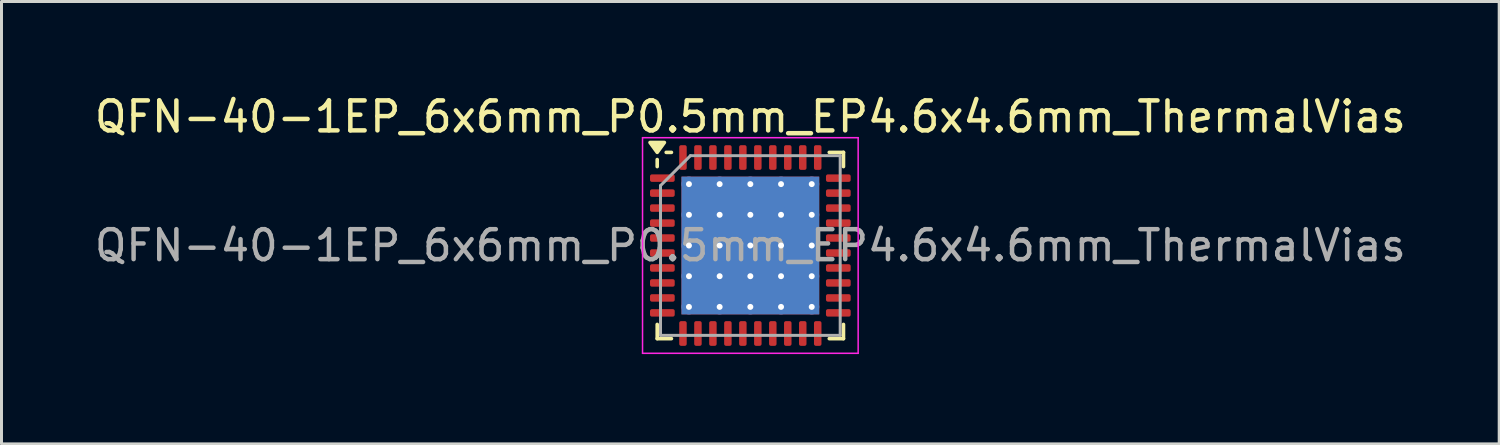
<source format=kicad_pcb>
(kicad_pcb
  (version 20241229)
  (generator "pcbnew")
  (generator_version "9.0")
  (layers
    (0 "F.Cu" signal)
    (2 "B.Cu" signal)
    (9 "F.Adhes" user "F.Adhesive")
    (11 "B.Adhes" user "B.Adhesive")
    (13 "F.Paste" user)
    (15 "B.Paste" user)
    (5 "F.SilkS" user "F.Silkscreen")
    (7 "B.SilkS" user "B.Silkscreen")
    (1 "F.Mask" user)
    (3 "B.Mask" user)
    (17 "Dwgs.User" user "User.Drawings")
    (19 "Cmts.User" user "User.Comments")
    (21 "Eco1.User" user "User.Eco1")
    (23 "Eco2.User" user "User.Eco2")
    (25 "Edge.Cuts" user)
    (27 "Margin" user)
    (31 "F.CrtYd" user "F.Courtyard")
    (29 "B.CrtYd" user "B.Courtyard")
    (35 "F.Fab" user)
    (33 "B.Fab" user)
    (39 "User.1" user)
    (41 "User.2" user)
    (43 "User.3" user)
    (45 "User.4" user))
  (footprint "QFN-40-1EP_6x6mm_P0.5mm_EP4.6x4.6mm_ThermalVias"
    (layer "F.Cu")
    (at 22.006 5.148)
    (property "Reference" "QFN-40-1EP_6x6mm_P0.5mm_EP4.6x4.6mm_ThermalVias" (at 0 -4.3 0) (layer "F.SilkS") (effects (font (size 1 1) (thickness 0.15))))
    (attr smd)
    (fp_line (start -3.11 -2.635) (end -3.11 -2.87) (stroke (width 0.12) (type solid)) (layer "F.SilkS"))
    (fp_line (start -3.11 3.11) (end -3.11 2.635) (stroke (width 0.12) (type solid)) (layer "F.SilkS"))
    (fp_line (start -2.635 -3.11) (end -2.81 -3.11) (stroke (width 0.12) (type solid)) (layer "F.SilkS"))
    (fp_line (start -2.635 3.11) (end -3.11 3.11) (stroke (width 0.12) (type solid)) (layer "F.SilkS"))
    (fp_line (start 2.635 -3.11) (end 3.11 -3.11) (stroke (width 0.12) (type solid)) (layer "F.SilkS"))
    (fp_line (start 2.635 3.11) (end 3.11 3.11) (stroke (width 0.12) (type solid)) (layer "F.SilkS"))
    (fp_line (start 3.11 -3.11) (end 3.11 -2.635) (stroke (width 0.12) (type solid)) (layer "F.SilkS"))
    (fp_line (start 3.11 3.11) (end 3.11 2.635) (stroke (width 0.12) (type solid)) (layer "F.SilkS"))
    (fp_poly (pts (xy -3.11 -3.11) (xy -3.35 -3.44) (xy -2.87 -3.44) (xy -3.11 -3.11)) (stroke (width 0.12) (type solid)) (fill yes) (layer "F.SilkS"))
    (fp_line (start -3.6 -3.6) (end -3.6 3.6) (stroke (width 0.05) (type solid)) (layer "F.CrtYd"))
    (fp_line (start -3.6 3.6) (end 3.6 3.6) (stroke (width 0.05) (type solid)) (layer "F.CrtYd"))
    (fp_line (start 3.6 -3.6) (end -3.6 -3.6) (stroke (width 0.05) (type solid)) (layer "F.CrtYd"))
    (fp_line (start 3.6 3.6) (end 3.6 -3.6) (stroke (width 0.05) (type solid)) (layer "F.CrtYd"))
    (fp_line (start -3 -2) (end -2 -3) (stroke (width 0.1) (type solid)) (layer "F.Fab"))
    (fp_line (start -3 3) (end -3 -2) (stroke (width 0.1) (type solid)) (layer "F.Fab"))
    (fp_line (start -2 -3) (end 3 -3) (stroke (width 0.1) (type solid)) (layer "F.Fab"))
    (fp_line (start 3 -3) (end 3 3) (stroke (width 0.1) (type solid)) (layer "F.Fab"))
    (fp_line (start 3 3) (end -3 3) (stroke (width 0.1) (type solid)) (layer "F.Fab"))
    (fp_text user "${REFERENCE}" (at 0 0 0) (layer "F.Fab") (effects (font (size 1 1) (thickness 0.15))))
    (pad "" smd custom (at -1.538 -1.538) (size 0.786 0.786) (layers "F.Paste") (options (anchor circle)) (primitives (gr_poly (pts (xy -0.34 -0.253) (xy -0.253 -0.34) (xy 0.253 -0.34) (xy 0.34 -0.253) (xy 0.34 0.253) (xy 0.253 0.34) (xy -0.253 0.34) (xy -0.34 0.253)) (width 0.21) (fill yes))))
    (pad "" smd custom (at -1.538 -0.512) (size 0.786 0.786) (layers "F.Paste") (options (anchor circle)) (primitives (gr_poly (pts (xy -0.34 -0.253) (xy -0.253 -0.34) (xy 0.253 -0.34) (xy 0.34 -0.253) (xy 0.34 0.253) (xy 0.253 0.34) (xy -0.253 0.34) (xy -0.34 0.253)) (width 0.21) (fill yes))))
    (pad "" smd custom (at -1.538 0.512) (size 0.786 0.786) (layers "F.Paste") (options (anchor circle)) (primitives (gr_poly (pts (xy -0.34 -0.253) (xy -0.253 -0.34) (xy 0.253 -0.34) (xy 0.34 -0.253) (xy 0.34 0.253) (xy 0.253 0.34) (xy -0.253 0.34) (xy -0.34 0.253)) (width 0.21) (fill yes))))
    (pad "" smd custom (at -1.538 1.538) (size 0.786 0.786) (layers "F.Paste") (options (anchor circle)) (primitives (gr_poly (pts (xy -0.34 -0.253) (xy -0.253 -0.34) (xy 0.253 -0.34) (xy 0.34 -0.253) (xy 0.34 0.253) (xy 0.253 0.34) (xy -0.253 0.34) (xy -0.34 0.253)) (width 0.21) (fill yes))))
    (pad "" smd custom (at -0.512 -1.538) (size 0.786 0.786) (layers "F.Paste") (options (anchor circle)) (primitives (gr_poly (pts (xy -0.34 -0.253) (xy -0.253 -0.34) (xy 0.253 -0.34) (xy 0.34 -0.253) (xy 0.34 0.253) (xy 0.253 0.34) (xy -0.253 0.34) (xy -0.34 0.253)) (width 0.21) (fill yes))))
    (pad "" smd custom (at -0.512 -0.512) (size 0.786 0.786) (layers "F.Paste") (options (anchor circle)) (primitives (gr_poly (pts (xy -0.34 -0.253) (xy -0.253 -0.34) (xy 0.253 -0.34) (xy 0.34 -0.253) (xy 0.34 0.253) (xy 0.253 0.34) (xy -0.253 0.34) (xy -0.34 0.253)) (width 0.21) (fill yes))))
    (pad "" smd custom (at -0.512 0.512) (size 0.786 0.786) (layers "F.Paste") (options (anchor circle)) (primitives (gr_poly (pts (xy -0.34 -0.253) (xy -0.253 -0.34) (xy 0.253 -0.34) (xy 0.34 -0.253) (xy 0.34 0.253) (xy 0.253 0.34) (xy -0.253 0.34) (xy -0.34 0.253)) (width 0.21) (fill yes))))
    (pad "" smd custom (at -0.512 1.538) (size 0.786 0.786) (layers "F.Paste") (options (anchor circle)) (primitives (gr_poly (pts (xy -0.34 -0.253) (xy -0.253 -0.34) (xy 0.253 -0.34) (xy 0.34 -0.253) (xy 0.34 0.253) (xy 0.253 0.34) (xy -0.253 0.34) (xy -0.34 0.253)) (width 0.21) (fill yes))))
    (pad "" smd custom (at 0.512 -1.538) (size 0.786 0.786) (layers "F.Paste") (options (anchor circle)) (primitives (gr_poly (pts (xy -0.34 -0.253) (xy -0.253 -0.34) (xy 0.253 -0.34) (xy 0.34 -0.253) (xy 0.34 0.253) (xy 0.253 0.34) (xy -0.253 0.34) (xy -0.34 0.253)) (width 0.21) (fill yes))))
    (pad "" smd custom (at 0.512 -0.512) (size 0.786 0.786) (layers "F.Paste") (options (anchor circle)) (primitives (gr_poly (pts (xy -0.34 -0.253) (xy -0.253 -0.34) (xy 0.253 -0.34) (xy 0.34 -0.253) (xy 0.34 0.253) (xy 0.253 0.34) (xy -0.253 0.34) (xy -0.34 0.253)) (width 0.21) (fill yes))))
    (pad "" smd custom (at 0.512 0.512) (size 0.786 0.786) (layers "F.Paste") (options (anchor circle)) (primitives (gr_poly (pts (xy -0.34 -0.253) (xy -0.253 -0.34) (xy 0.253 -0.34) (xy 0.34 -0.253) (xy 0.34 0.253) (xy 0.253 0.34) (xy -0.253 0.34) (xy -0.34 0.253)) (width 0.21) (fill yes))))
    (pad "" smd custom (at 0.512 1.538) (size 0.786 0.786) (layers "F.Paste") (options (anchor circle)) (primitives (gr_poly (pts (xy -0.34 -0.253) (xy -0.253 -0.34) (xy 0.253 -0.34) (xy 0.34 -0.253) (xy 0.34 0.253) (xy 0.253 0.34) (xy -0.253 0.34) (xy -0.34 0.253)) (width 0.21) (fill yes))))
    (pad "" smd custom (at 1.538 -1.538) (size 0.786 0.786) (layers "F.Paste") (options (anchor circle)) (primitives (gr_poly (pts (xy -0.34 -0.253) (xy -0.253 -0.34) (xy 0.253 -0.34) (xy 0.34 -0.253) (xy 0.34 0.253) (xy 0.253 0.34) (xy -0.253 0.34) (xy -0.34 0.253)) (width 0.21) (fill yes))))
    (pad "" smd custom (at 1.538 -0.512) (size 0.786 0.786) (layers "F.Paste") (options (anchor circle)) (primitives (gr_poly (pts (xy -0.34 -0.253) (xy -0.253 -0.34) (xy 0.253 -0.34) (xy 0.34 -0.253) (xy 0.34 0.253) (xy 0.253 0.34) (xy -0.253 0.34) (xy -0.34 0.253)) (width 0.21) (fill yes))))
    (pad "" smd custom (at 1.538 0.512) (size 0.786 0.786) (layers "F.Paste") (options (anchor circle)) (primitives (gr_poly (pts (xy -0.34 -0.253) (xy -0.253 -0.34) (xy 0.253 -0.34) (xy 0.34 -0.253) (xy 0.34 0.253) (xy 0.253 0.34) (xy -0.253 0.34) (xy -0.34 0.253)) (width 0.21) (fill yes))))
    (pad "" smd custom (at 1.538 1.538) (size 0.786 0.786) (layers "F.Paste") (options (anchor circle)) (primitives (gr_poly (pts (xy -0.34 -0.253) (xy -0.253 -0.34) (xy 0.253 -0.34) (xy 0.34 -0.253) (xy 0.34 0.253) (xy 0.253 0.34) (xy -0.253 0.34) (xy -0.34 0.253)) (width 0.21) (fill yes))))
    (pad "1" smd roundrect (at -2.938 -2.25) (size 0.825 0.25) (layers "F.Cu" "F.Mask" "F.Paste") (roundrect_rratio 0.25))
    (pad "2" smd roundrect (at -2.938 -1.75) (size 0.825 0.25) (layers "F.Cu" "F.Mask" "F.Paste") (roundrect_rratio 0.25))
    (pad "3" smd roundrect (at -2.938 -1.25) (size 0.825 0.25) (layers "F.Cu" "F.Mask" "F.Paste") (roundrect_rratio 0.25))
    (pad "4" smd roundrect (at -2.938 -0.75) (size 0.825 0.25) (layers "F.Cu" "F.Mask" "F.Paste") (roundrect_rratio 0.25))
    (pad "5" smd roundrect (at -2.938 -0.25) (size 0.825 0.25) (layers "F.Cu" "F.Mask" "F.Paste") (roundrect_rratio 0.25))
    (pad "6" smd roundrect (at -2.938 0.25) (size 0.825 0.25) (layers "F.Cu" "F.Mask" "F.Paste") (roundrect_rratio 0.25))
    (pad "7" smd roundrect (at -2.938 0.75) (size 0.825 0.25) (layers "F.Cu" "F.Mask" "F.Paste") (roundrect_rratio 0.25))
    (pad "8" smd roundrect (at -2.938 1.25) (size 0.825 0.25) (layers "F.Cu" "F.Mask" "F.Paste") (roundrect_rratio 0.25))
    (pad "9" smd roundrect (at -2.938 1.75) (size 0.825 0.25) (layers "F.Cu" "F.Mask" "F.Paste") (roundrect_rratio 0.25))
    (pad "10" smd roundrect (at -2.938 2.25) (size 0.825 0.25) (layers "F.Cu" "F.Mask" "F.Paste") (roundrect_rratio 0.25))
    (pad "11" smd roundrect (at -2.25 2.938) (size 0.25 0.825) (layers "F.Cu" "F.Mask" "F.Paste") (roundrect_rratio 0.25))
    (pad "12" smd roundrect (at -1.75 2.938) (size 0.25 0.825) (layers "F.Cu" "F.Mask" "F.Paste") (roundrect_rratio 0.25))
    (pad "13" smd roundrect (at -1.25 2.938) (size 0.25 0.825) (layers "F.Cu" "F.Mask" "F.Paste") (roundrect_rratio 0.25))
    (pad "14" smd roundrect (at -0.75 2.938) (size 0.25 0.825) (layers "F.Cu" "F.Mask" "F.Paste") (roundrect_rratio 0.25))
    (pad "15" smd roundrect (at -0.25 2.938) (size 0.25 0.825) (layers "F.Cu" "F.Mask" "F.Paste") (roundrect_rratio 0.25))
    (pad "16" smd roundrect (at 0.25 2.938) (size 0.25 0.825) (layers "F.Cu" "F.Mask" "F.Paste") (roundrect_rratio 0.25))
    (pad "17" smd roundrect (at 0.75 2.938) (size 0.25 0.825) (layers "F.Cu" "F.Mask" "F.Paste") (roundrect_rratio 0.25))
    (pad "18" smd roundrect (at 1.25 2.938) (size 0.25 0.825) (layers "F.Cu" "F.Mask" "F.Paste") (roundrect_rratio 0.25))
    (pad "19" smd roundrect (at 1.75 2.938) (size 0.25 0.825) (layers "F.Cu" "F.Mask" "F.Paste") (roundrect_rratio 0.25))
    (pad "20" smd roundrect (at 2.25 2.938) (size 0.25 0.825) (layers "F.Cu" "F.Mask" "F.Paste") (roundrect_rratio 0.25))
    (pad "21" smd roundrect (at 2.938 2.25) (size 0.825 0.25) (layers "F.Cu" "F.Mask" "F.Paste") (roundrect_rratio 0.25))
    (pad "22" smd roundrect (at 2.938 1.75) (size 0.825 0.25) (layers "F.Cu" "F.Mask" "F.Paste") (roundrect_rratio 0.25))
    (pad "23" smd roundrect (at 2.938 1.25) (size 0.825 0.25) (layers "F.Cu" "F.Mask" "F.Paste") (roundrect_rratio 0.25))
    (pad "24" smd roundrect (at 2.938 0.75) (size 0.825 0.25) (layers "F.Cu" "F.Mask" "F.Paste") (roundrect_rratio 0.25))
    (pad "25" smd roundrect (at 2.938 0.25) (size 0.825 0.25) (layers "F.Cu" "F.Mask" "F.Paste") (roundrect_rratio 0.25))
    (pad "26" smd roundrect (at 2.938 -0.25) (size 0.825 0.25) (layers "F.Cu" "F.Mask" "F.Paste") (roundrect_rratio 0.25))
    (pad "27" smd roundrect (at 2.938 -0.75) (size 0.825 0.25) (layers "F.Cu" "F.Mask" "F.Paste") (roundrect_rratio 0.25))
    (pad "28" smd roundrect (at 2.938 -1.25) (size 0.825 0.25) (layers "F.Cu" "F.Mask" "F.Paste") (roundrect_rratio 0.25))
    (pad "29" smd roundrect (at 2.938 -1.75) (size 0.825 0.25) (layers "F.Cu" "F.Mask" "F.Paste") (roundrect_rratio 0.25))
    (pad "30" smd roundrect (at 2.938 -2.25) (size 0.825 0.25) (layers "F.Cu" "F.Mask" "F.Paste") (roundrect_rratio 0.25))
    (pad "31" smd roundrect (at 2.25 -2.938) (size 0.25 0.825) (layers "F.Cu" "F.Mask" "F.Paste") (roundrect_rratio 0.25))
    (pad "32" smd roundrect (at 1.75 -2.938) (size 0.25 0.825) (layers "F.Cu" "F.Mask" "F.Paste") (roundrect_rratio 0.25))
    (pad "33" smd roundrect (at 1.25 -2.938) (size 0.25 0.825) (layers "F.Cu" "F.Mask" "F.Paste") (roundrect_rratio 0.25))
    (pad "34" smd roundrect (at 0.75 -2.938) (size 0.25 0.825) (layers "F.Cu" "F.Mask" "F.Paste") (roundrect_rratio 0.25))
    (pad "35" smd roundrect (at 0.25 -2.938) (size 0.25 0.825) (layers "F.Cu" "F.Mask" "F.Paste") (roundrect_rratio 0.25))
    (pad "36" smd roundrect (at -0.25 -2.938) (size 0.25 0.825) (layers "F.Cu" "F.Mask" "F.Paste") (roundrect_rratio 0.25))
    (pad "37" smd roundrect (at -0.75 -2.938) (size 0.25 0.825) (layers "F.Cu" "F.Mask" "F.Paste") (roundrect_rratio 0.25))
    (pad "38" smd roundrect (at -1.25 -2.938) (size 0.25 0.825) (layers "F.Cu" "F.Mask" "F.Paste") (roundrect_rratio 0.25))
    (pad "39" smd roundrect (at -1.75 -2.938) (size 0.25 0.825) (layers "F.Cu" "F.Mask" "F.Paste") (roundrect_rratio 0.25))
    (pad "40" smd roundrect (at -2.25 -2.938) (size 0.25 0.825) (layers "F.Cu" "F.Mask" "F.Paste") (roundrect_rratio 0.25))
    (pad "41" thru_hole circle (at -2.05 -2.05) (size 0.5 0.5) (drill 0.2) (property pad_prop_heatsink) (layers "*.Cu"))
    (pad "41" thru_hole circle (at -2.05 -1.025) (size 0.5 0.5) (drill 0.2) (property pad_prop_heatsink) (layers "*.Cu"))
    (pad "41" thru_hole circle (at -2.05 0) (size 0.5 0.5) (drill 0.2) (property pad_prop_heatsink) (layers "*.Cu"))
    (pad "41" thru_hole circle (at -2.05 1.025) (size 0.5 0.5) (drill 0.2) (property pad_prop_heatsink) (layers "*.Cu"))
    (pad "41" thru_hole circle (at -2.05 2.05) (size 0.5 0.5) (drill 0.2) (property pad_prop_heatsink) (layers "*.Cu"))
    (pad "41" thru_hole circle (at -1.025 -2.05) (size 0.5 0.5) (drill 0.2) (property pad_prop_heatsink) (layers "*.Cu"))
    (pad "41" thru_hole circle (at -1.025 -1.025) (size 0.5 0.5) (drill 0.2) (property pad_prop_heatsink) (layers "*.Cu"))
    (pad "41" thru_hole circle (at -1.025 0) (size 0.5 0.5) (drill 0.2) (property pad_prop_heatsink) (layers "*.Cu"))
    (pad "41" thru_hole circle (at -1.025 1.025) (size 0.5 0.5) (drill 0.2) (property pad_prop_heatsink) (layers "*.Cu"))
    (pad "41" thru_hole circle (at -1.025 2.05) (size 0.5 0.5) (drill 0.2) (property pad_prop_heatsink) (layers "*.Cu"))
    (pad "41" thru_hole circle (at 0 -2.05) (size 0.5 0.5) (drill 0.2) (property pad_prop_heatsink) (layers "*.Cu"))
    (pad "41" thru_hole circle (at 0 -1.025) (size 0.5 0.5) (drill 0.2) (property pad_prop_heatsink) (layers "*.Cu"))
    (pad "41" thru_hole circle (at 0 0) (size 0.5 0.5) (drill 0.2) (property pad_prop_heatsink) (layers "*.Cu"))
    (pad "41" smd rect (at 0 0) (size 4.6 4.6) (property pad_prop_heatsink) (layers "F.Cu" "F.Mask"))
    (pad "41" smd rect (at 0 0) (size 4.6 4.6) (property pad_prop_heatsink) (layers "B.Cu"))
    (pad "41" thru_hole circle (at 0 1.025) (size 0.5 0.5) (drill 0.2) (property pad_prop_heatsink) (layers "*.Cu"))
    (pad "41" thru_hole circle (at 0 2.05) (size 0.5 0.5) (drill 0.2) (property pad_prop_heatsink) (layers "*.Cu"))
    (pad "41" thru_hole circle (at 1.025 -2.05) (size 0.5 0.5) (drill 0.2) (property pad_prop_heatsink) (layers "*.Cu"))
    (pad "41" thru_hole circle (at 1.025 -1.025) (size 0.5 0.5) (drill 0.2) (property pad_prop_heatsink) (layers "*.Cu"))
    (pad "41" thru_hole circle (at 1.025 0) (size 0.5 0.5) (drill 0.2) (property pad_prop_heatsink) (layers "*.Cu"))
    (pad "41" thru_hole circle (at 1.025 1.025) (size 0.5 0.5) (drill 0.2) (property pad_prop_heatsink) (layers "*.Cu"))
    (pad "41" thru_hole circle (at 1.025 2.05) (size 0.5 0.5) (drill 0.2) (property pad_prop_heatsink) (layers "*.Cu"))
    (pad "41" thru_hole circle (at 2.05 -2.05) (size 0.5 0.5) (drill 0.2) (property pad_prop_heatsink) (layers "*.Cu"))
    (pad "41" thru_hole circle (at 2.05 -1.025) (size 0.5 0.5) (drill 0.2) (property pad_prop_heatsink) (layers "*.Cu"))
    (pad "41" thru_hole circle (at 2.05 0) (size 0.5 0.5) (drill 0.2) (property pad_prop_heatsink) (layers "*.Cu"))
    (pad "41" thru_hole circle (at 2.05 1.025) (size 0.5 0.5) (drill 0.2) (property pad_prop_heatsink) (layers "*.Cu"))
    (pad "41" thru_hole circle (at 2.05 2.05) (size 0.5 0.5) (drill 0.2) (property pad_prop_heatsink) (layers "*.Cu")))
  (gr_rect
    (start -3 -3)
    (end 47.012 11.773)
    (stroke (width 0.1) (type default))
    (fill no)
    (layer "Edge.Cuts")))
</source>
